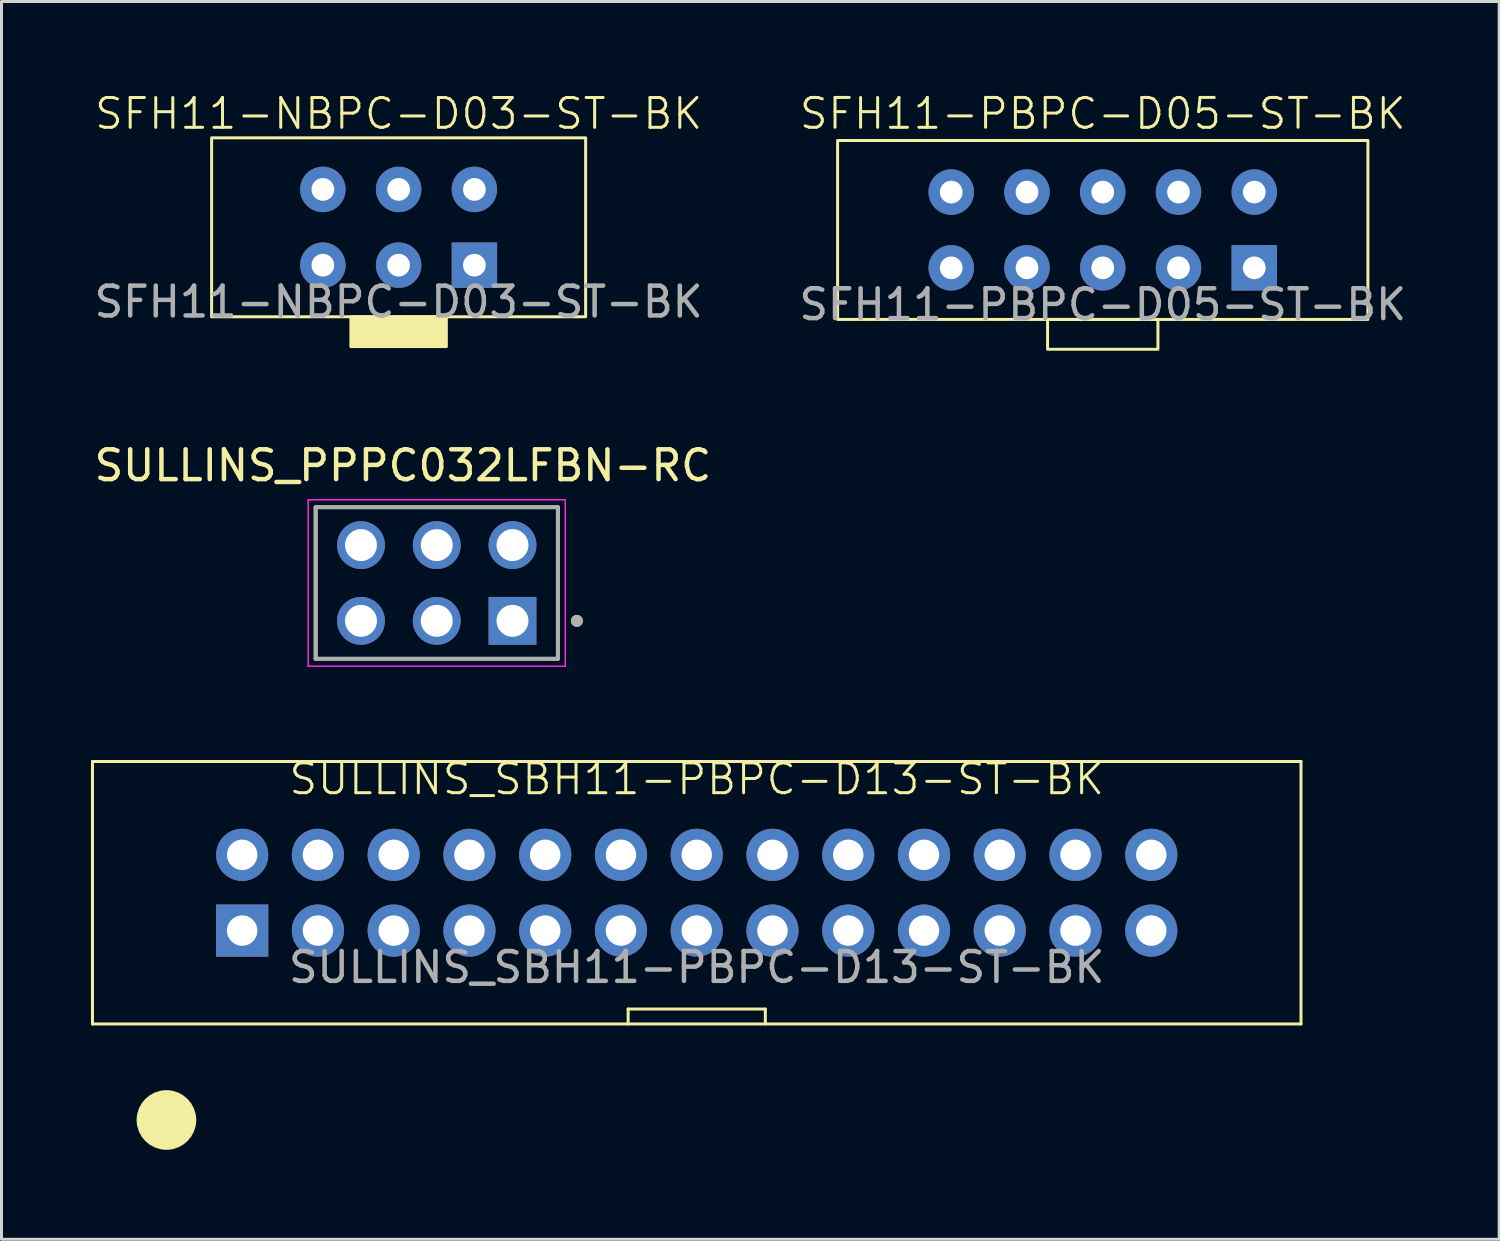
<source format=kicad_pcb>
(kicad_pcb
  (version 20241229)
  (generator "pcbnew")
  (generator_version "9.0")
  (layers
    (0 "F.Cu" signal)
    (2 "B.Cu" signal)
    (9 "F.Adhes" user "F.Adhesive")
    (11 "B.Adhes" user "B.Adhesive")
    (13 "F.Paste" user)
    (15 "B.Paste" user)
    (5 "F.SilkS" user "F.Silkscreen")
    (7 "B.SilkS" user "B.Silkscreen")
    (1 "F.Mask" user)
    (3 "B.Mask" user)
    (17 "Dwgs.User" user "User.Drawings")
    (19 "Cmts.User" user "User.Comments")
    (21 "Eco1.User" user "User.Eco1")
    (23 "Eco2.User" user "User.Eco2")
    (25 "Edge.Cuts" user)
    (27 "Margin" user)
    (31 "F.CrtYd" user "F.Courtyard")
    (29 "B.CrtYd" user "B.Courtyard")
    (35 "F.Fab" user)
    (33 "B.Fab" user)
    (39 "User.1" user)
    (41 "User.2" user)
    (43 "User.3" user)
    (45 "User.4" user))
  (footprint "SFH11-NBPC-D03-ST-BK"
    (layer "F.Cu")
    (at 10.315 4.571)
    (property "Reference" "SFH11-NBPC-D03-ST-BK" (at 0 -3.81 0) (unlocked yes) (layer "F.SilkS") (effects (font (size 1 1) (thickness 0.1))))
    (attr through_hole)
    (fp_rect (start -6.27 -3) (end 6.27 3) (stroke (width 0.1) (type default)) (fill no) (layer "F.SilkS"))
    (fp_rect (start -1.6 3) (end 1.6 4) (stroke (width 0.1) (type solid)) (fill yes) (layer "F.SilkS"))
    (fp_text user "${REFERENCE}" (at 0 2.5 0) (unlocked yes) (layer "F.Fab") (effects (font (size 1 1) (thickness 0.15))))
    (pad "1" thru_hole rect (at 2.54 1.27) (size 1.524 1.524) (drill 0.762) (layers "*.Cu" "*.Mask"))
    (pad "2" thru_hole circle (at 0 1.27) (size 1.524 1.524) (drill 0.762) (layers "*.Cu" "*.Mask"))
    (pad "3" thru_hole circle (at -2.54 1.27) (size 1.524 1.524) (drill 0.762) (layers "*.Cu" "*.Mask"))
    (pad "4" thru_hole circle (at -2.54 -1.27) (size 1.524 1.524) (drill 0.762) (layers "*.Cu" "*.Mask"))
    (pad "5" thru_hole circle (at 0 -1.27) (size 1.524 1.524) (drill 0.762) (layers "*.Cu" "*.Mask"))
    (pad "6" thru_hole circle (at 2.54 -1.27) (size 1.524 1.524) (drill 0.762) (layers "*.Cu" "*.Mask")))
  (footprint "SULLINS_PPPC032LFBN-RC"
    (layer "F.Cu")
    (at 11.593 16.496)
    (property "Reference" "SULLINS_PPPC032LFBN-RC" (at -1.135 -3.937 0) (layer "F.SilkS") (effects (font (size 1 1) (thickness 0.15))))
    (attr through_hole)
    (fp_line (start -4.06 -2.54) (end 4.06 -2.54) (stroke (width 0.127) (type solid)) (layer "F.SilkS"))
    (fp_line (start -4.06 2.54) (end -4.06 -2.54) (stroke (width 0.127) (type solid)) (layer "F.SilkS"))
    (fp_line (start 4.06 -2.54) (end 4.06 2.54) (stroke (width 0.127) (type solid)) (layer "F.SilkS"))
    (fp_line (start 4.06 2.54) (end -4.06 2.54) (stroke (width 0.127) (type solid)) (layer "F.SilkS"))
    (fp_circle (center 4.699 1.27) (end 4.799 1.27) (stroke (width 0.2) (type solid)) (fill no) (layer "F.SilkS"))
    (fp_line (start -4.31 -2.79) (end 4.31 -2.79) (stroke (width 0.05) (type solid)) (layer "F.CrtYd"))
    (fp_line (start -4.31 2.79) (end -4.31 -2.79) (stroke (width 0.05) (type solid)) (layer "F.CrtYd"))
    (fp_line (start 4.31 -2.79) (end 4.31 2.79) (stroke (width 0.05) (type solid)) (layer "F.CrtYd"))
    (fp_line (start 4.31 2.79) (end -4.31 2.79) (stroke (width 0.05) (type solid)) (layer "F.CrtYd"))
    (fp_line (start -4.06 -2.54) (end 4.06 -2.54) (stroke (width 0.127) (type solid)) (layer "F.Fab"))
    (fp_line (start -4.06 2.54) (end -4.06 -2.54) (stroke (width 0.127) (type solid)) (layer "F.Fab"))
    (fp_line (start 4.06 -2.54) (end 4.06 2.54) (stroke (width 0.127) (type solid)) (layer "F.Fab"))
    (fp_line (start 4.06 2.54) (end -4.06 2.54) (stroke (width 0.127) (type solid)) (layer "F.Fab"))
    (fp_circle (center 4.699 1.27) (end 4.799 1.27) (stroke (width 0.2) (type solid)) (fill no) (layer "F.Fab"))
    (pad "1" thru_hole rect (at 2.54 1.27) (size 1.605 1.605) (drill 1.07) (layers "*.Cu" "*.Mask"))
    (pad "2" thru_hole circle (at 2.54 -1.27) (size 1.605 1.605) (drill 1.07) (layers "*.Cu" "*.Mask"))
    (pad "3" thru_hole circle (at 0 1.27) (size 1.605 1.605) (drill 1.07) (layers "*.Cu" "*.Mask"))
    (pad "4" thru_hole circle (at 0 -1.27) (size 1.605 1.605) (drill 1.07) (layers "*.Cu" "*.Mask"))
    (pad "5" thru_hole circle (at -2.54 1.27) (size 1.605 1.605) (drill 1.07) (layers "*.Cu" "*.Mask"))
    (pad "6" thru_hole circle (at -2.54 -1.27) (size 1.605 1.605) (drill 1.07) (layers "*.Cu" "*.Mask")))
  (footprint "SULLINS_SBH11-PBPC-D13-ST-BK"
    (layer "F.Cu")
    (at 20.31 26.881)
    (property "Reference" "SULLINS_SBH11-PBPC-D13-ST-BK" (at 0 -3.81 0) (unlocked yes) (layer "F.SilkS") (effects (font (size 1 1) (thickness 0.1))))
    (attr through_hole)
    (fp_line (start -20.26 -4.4) (end -20.26 4.4) (stroke (width 0.1) (type default)) (layer "F.SilkS"))
    (fp_line (start -20.26 -4.4) (end 20.26 -4.4) (stroke (width 0.1) (type default)) (layer "F.SilkS"))
    (fp_line (start -20.26 4.4) (end 20.26 4.4) (stroke (width 0.1) (type default)) (layer "F.SilkS"))
    (fp_line (start -2.3 3.9) (end 2.3 3.9) (stroke (width 0.1) (type default)) (layer "F.SilkS"))
    (fp_line (start -2.3 4.4) (end -2.3 3.9) (stroke (width 0.1) (type default)) (layer "F.SilkS"))
    (fp_line (start 2.3 3.9) (end 2.3 4.4) (stroke (width 0.1) (type default)) (layer "F.SilkS"))
    (fp_line (start 20.26 -4.4) (end 20.26 4.4) (stroke (width 0.1) (type default)) (layer "F.SilkS"))
    (fp_circle (center -17.78 7.62) (end -17.28 7.62) (stroke (width 1) (type default)) (fill no) (layer "F.SilkS"))
    (fp_text user "${REFERENCE}" (at 0 2.5 0) (unlocked yes) (layer "F.Fab") (effects (font (size 1 1) (thickness 0.15))))
    (pad "1" thru_hole rect (at -15.24 1.27) (size 1.75 1.75) (drill 1.02) (layers "*.Cu" "*.Mask"))
    (pad "2" thru_hole circle (at -15.24 -1.27) (size 1.75 1.75) (drill 1.02) (layers "*.Cu" "*.Mask"))
    (pad "3" thru_hole circle (at -12.7 1.27) (size 1.75 1.75) (drill 1.02) (layers "*.Cu" "*.Mask"))
    (pad "4" thru_hole circle (at -12.7 -1.27) (size 1.75 1.75) (drill 1.02) (layers "*.Cu" "*.Mask"))
    (pad "5" thru_hole circle (at -10.16 1.27) (size 1.75 1.75) (drill 1.02) (layers "*.Cu" "*.Mask"))
    (pad "6" thru_hole circle (at -10.16 -1.27) (size 1.75 1.75) (drill 1.02) (layers "*.Cu" "*.Mask"))
    (pad "7" thru_hole circle (at -7.62 1.27) (size 1.75 1.75) (drill 1.02) (layers "*.Cu" "*.Mask"))
    (pad "8" thru_hole circle (at -7.62 -1.27) (size 1.75 1.75) (drill 1.02) (layers "*.Cu" "*.Mask"))
    (pad "9" thru_hole circle (at -5.08 1.27) (size 1.75 1.75) (drill 1.02) (layers "*.Cu" "*.Mask"))
    (pad "10" thru_hole circle (at -5.08 -1.27) (size 1.75 1.75) (drill 1.02) (layers "*.Cu" "*.Mask"))
    (pad "11" thru_hole circle (at -2.54 1.27) (size 1.75 1.75) (drill 1.02) (layers "*.Cu" "*.Mask"))
    (pad "12" thru_hole circle (at -2.54 -1.27) (size 1.75 1.75) (drill 1.02) (layers "*.Cu" "*.Mask"))
    (pad "13" thru_hole circle (at 0 1.27) (size 1.75 1.75) (drill 1.02) (layers "*.Cu" "*.Mask"))
    (pad "14" thru_hole circle (at 0 -1.27) (size 1.75 1.75) (drill 1.02) (layers "*.Cu" "*.Mask"))
    (pad "15" thru_hole circle (at 2.54 1.27) (size 1.75 1.75) (drill 1.02) (layers "*.Cu" "*.Mask"))
    (pad "16" thru_hole circle (at 2.54 -1.27) (size 1.75 1.75) (drill 1.02) (layers "*.Cu" "*.Mask"))
    (pad "17" thru_hole circle (at 5.08 1.27) (size 1.75 1.75) (drill 1.02) (layers "*.Cu" "*.Mask"))
    (pad "18" thru_hole circle (at 5.08 -1.27) (size 1.75 1.75) (drill 1.02) (layers "*.Cu" "*.Mask"))
    (pad "19" thru_hole circle (at 7.62 1.27) (size 1.75 1.75) (drill 1.02) (layers "*.Cu" "*.Mask"))
    (pad "20" thru_hole circle (at 7.62 -1.27) (size 1.75 1.75) (drill 1.02) (layers "*.Cu" "*.Mask"))
    (pad "21" thru_hole circle (at 10.16 1.27) (size 1.75 1.75) (drill 1.02) (layers "*.Cu" "*.Mask"))
    (pad "22" thru_hole circle (at 10.16 -1.27) (size 1.75 1.75) (drill 1.02) (layers "*.Cu" "*.Mask"))
    (pad "23" thru_hole circle (at 12.7 1.27) (size 1.75 1.75) (drill 1.02) (layers "*.Cu" "*.Mask"))
    (pad "24" thru_hole circle (at 12.7 -1.27) (size 1.75 1.75) (drill 1.02) (layers "*.Cu" "*.Mask"))
    (pad "25" thru_hole circle (at 15.24 1.27) (size 1.75 1.75) (drill 1.02) (layers "*.Cu" "*.Mask"))
    (pad "26" thru_hole circle (at 15.24 -1.27) (size 1.75 1.75) (drill 1.02) (layers "*.Cu" "*.Mask")))
  (footprint "SFH11-PBPC-D05-ST-BK"
    (layer "F.Cu")
    (at 33.923 4.66)
    (property "Reference" "SFH11-PBPC-D05-ST-BK" (at 0 -3.9 0) (unlocked yes) (layer "F.SilkS") (effects (font (size 1 1) (thickness 0.1))))
    (attr through_hole)
    (fp_rect (start -8.89 -3) (end 8.89 3) (stroke (width 0.1) (type default)) (fill no) (layer "F.SilkS"))
    (fp_rect (start -1.85 3) (end 1.85 4) (stroke (width 0.1) (type solid)) (fill no) (layer "F.SilkS"))
    (fp_text user "${REFERENCE}" (at 0 2.5 0) (unlocked yes) (layer "F.Fab") (effects (font (size 1 1) (thickness 0.15))))
    (pad "1" thru_hole rect (at 5.08 1.27) (size 1.524 1.524) (drill 0.762) (layers "*.Cu" "*.Mask"))
    (pad "2" thru_hole circle (at 2.54 1.27) (size 1.524 1.524) (drill 0.762) (layers "*.Cu" "*.Mask"))
    (pad "3" thru_hole circle (at 0 1.27) (size 1.524 1.524) (drill 0.762) (layers "*.Cu" "*.Mask"))
    (pad "4" thru_hole circle (at -2.54 1.27) (size 1.524 1.524) (drill 0.762) (layers "*.Cu" "*.Mask"))
    (pad "5" thru_hole circle (at -5.08 1.27) (size 1.524 1.524) (drill 0.762) (layers "*.Cu" "*.Mask"))
    (pad "6" thru_hole circle (at -5.08 -1.27) (size 1.524 1.524) (drill 0.762) (layers "*.Cu" "*.Mask"))
    (pad "7" thru_hole circle (at -2.54 -1.27) (size 1.524 1.524) (drill 0.762) (layers "*.Cu" "*.Mask"))
    (pad "8" thru_hole circle (at 0 -1.27) (size 1.524 1.524) (drill 0.762) (layers "*.Cu" "*.Mask"))
    (pad "9" thru_hole circle (at 2.54 -1.27) (size 1.524 1.524) (drill 0.762) (layers "*.Cu" "*.Mask"))
    (pad "10" thru_hole circle (at 5.08 -1.27) (size 1.524 1.524) (drill 0.762) (layers "*.Cu" "*.Mask")))
  (gr_rect
    (start -3 -3)
    (end 47.214 38.501)
    (stroke (width 0.1) (type default))
    (fill no)
    (layer "Edge.Cuts")))
</source>
